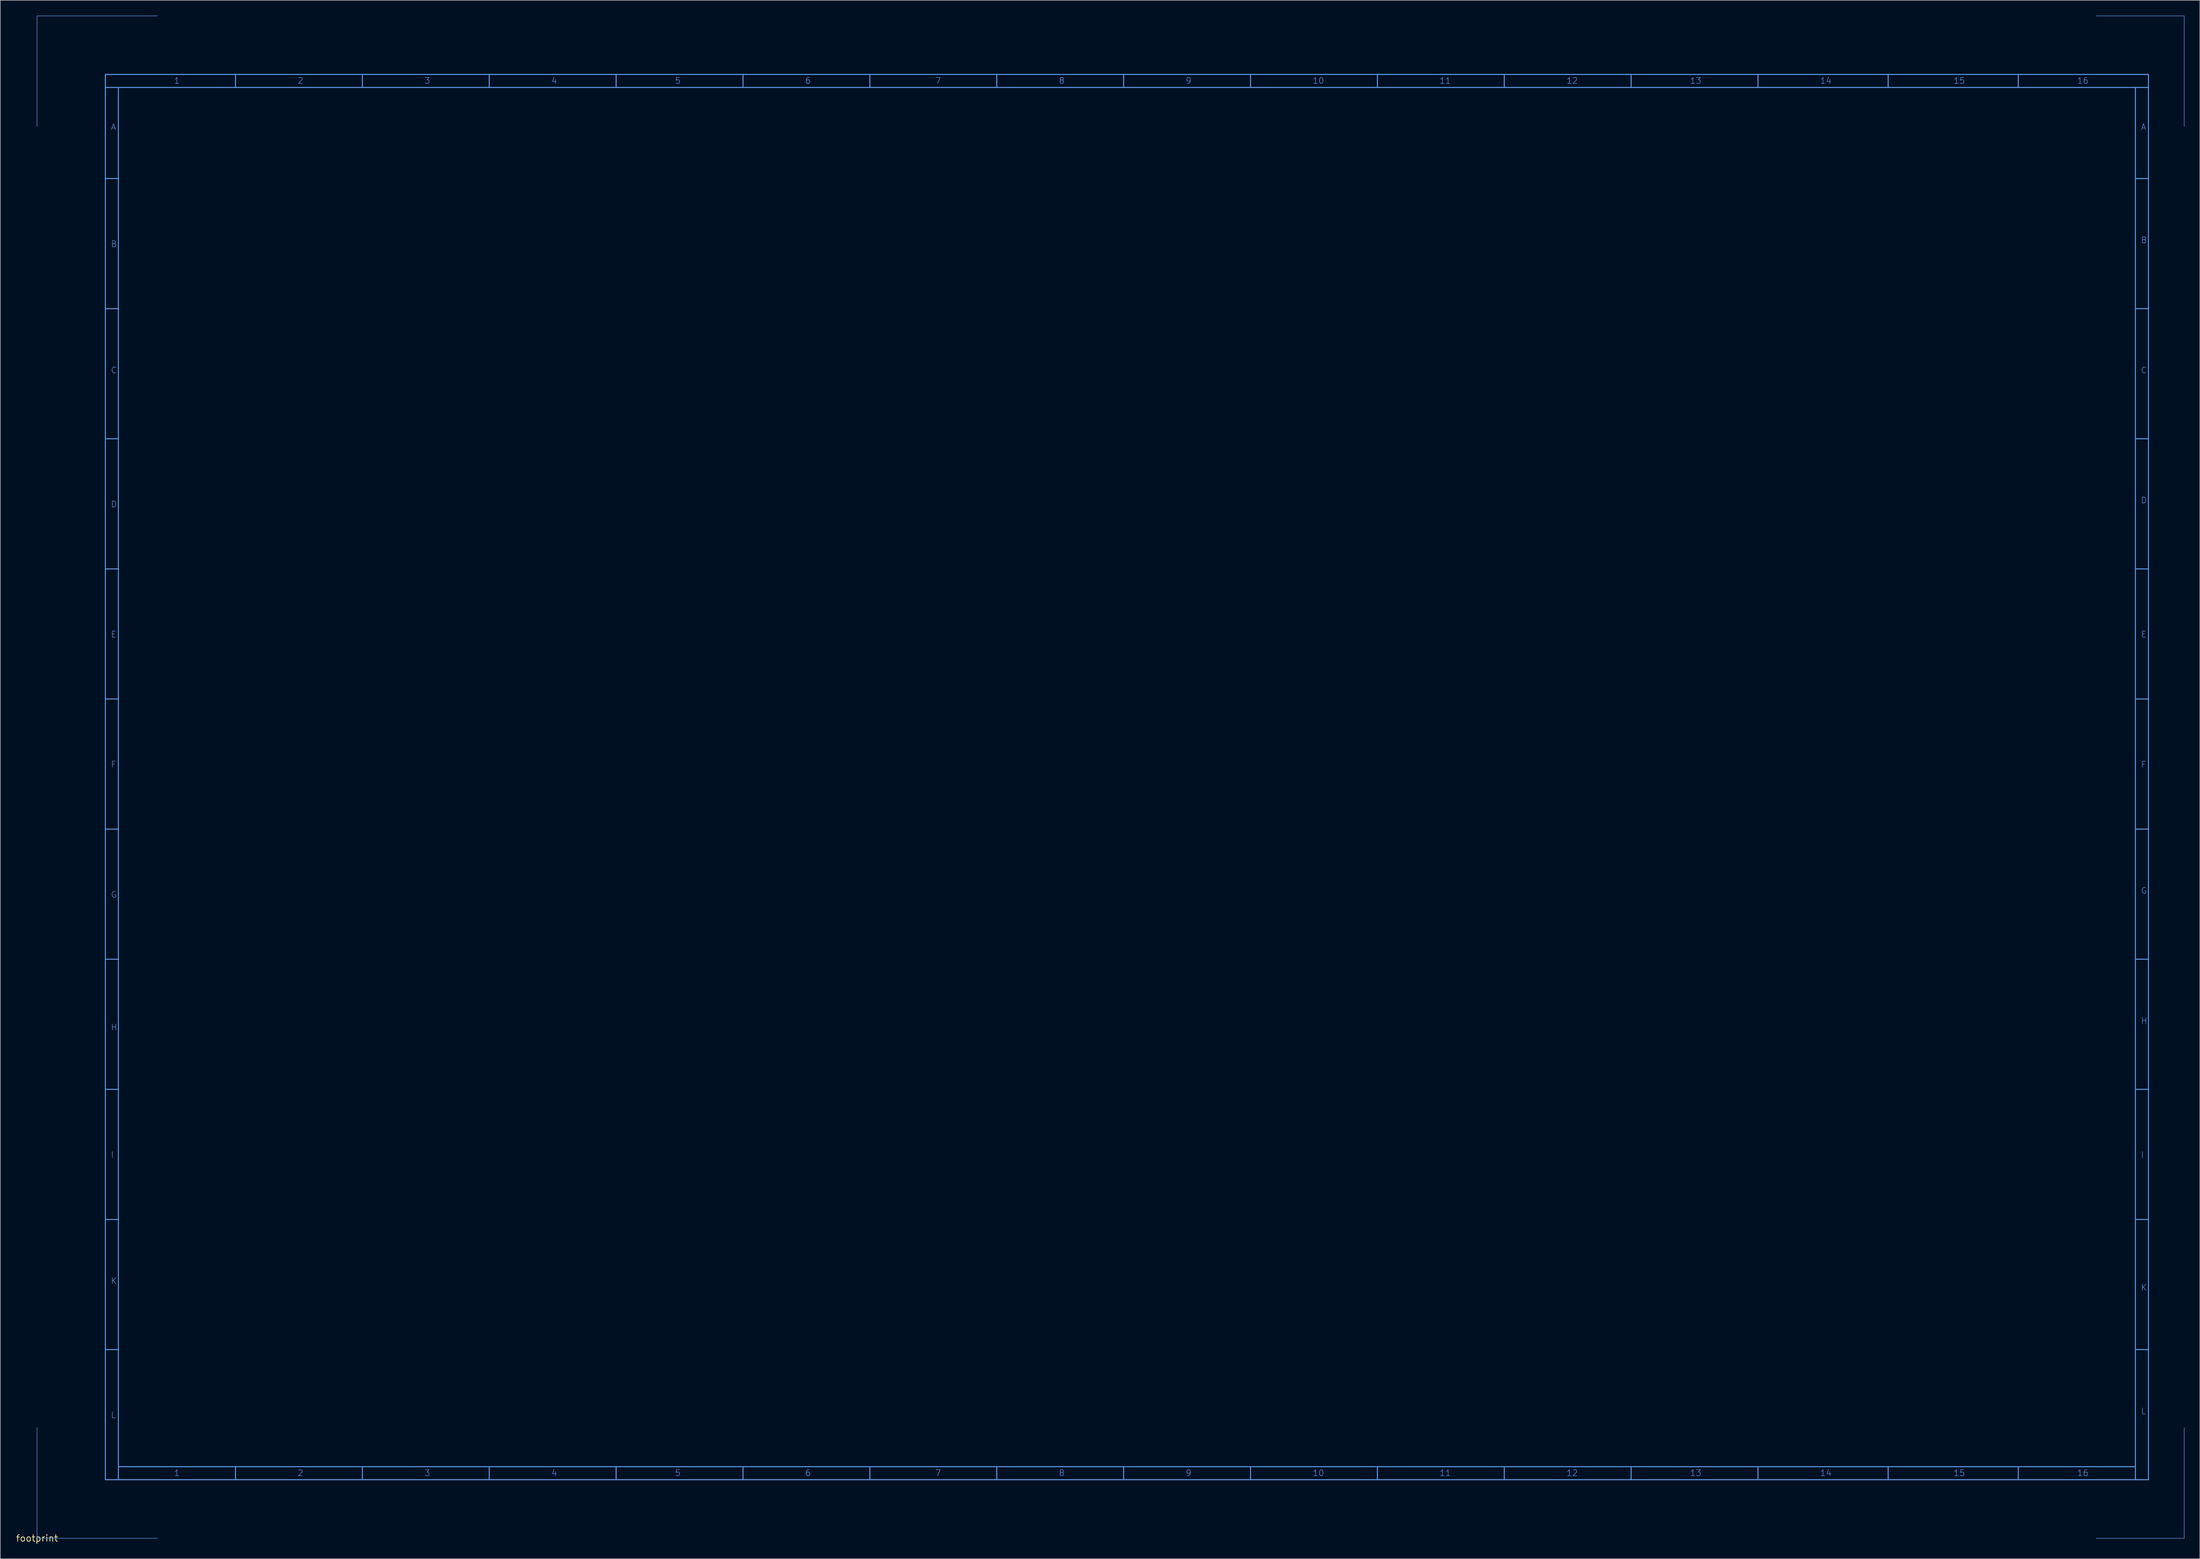
<source format=kicad_pcb>
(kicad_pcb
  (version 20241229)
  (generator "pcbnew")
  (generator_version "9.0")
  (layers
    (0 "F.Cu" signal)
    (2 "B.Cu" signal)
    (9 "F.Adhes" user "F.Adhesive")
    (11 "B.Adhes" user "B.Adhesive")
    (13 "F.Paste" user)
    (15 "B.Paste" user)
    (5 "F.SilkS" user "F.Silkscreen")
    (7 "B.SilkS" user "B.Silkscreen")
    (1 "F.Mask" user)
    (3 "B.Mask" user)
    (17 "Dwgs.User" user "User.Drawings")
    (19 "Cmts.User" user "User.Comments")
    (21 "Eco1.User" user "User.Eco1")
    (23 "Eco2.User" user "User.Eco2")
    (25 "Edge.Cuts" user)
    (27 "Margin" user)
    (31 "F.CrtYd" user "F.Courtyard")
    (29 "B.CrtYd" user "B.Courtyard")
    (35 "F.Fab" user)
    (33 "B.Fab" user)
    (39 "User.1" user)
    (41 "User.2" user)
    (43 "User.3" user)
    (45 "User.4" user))
  (footprint "footprint"
    (layer "F.Cu")
    (at 4.18 297.23)
    (property "Reference" "footprint" (at 0 0 0) (layer "F.SilkS") (effects (font (size 1.27 1.27) (thickness 0.15))))
    (fp_line (start 0 -297.18) (end 0 -275.59) (stroke (width 0.1) (type solid)) (layer "Cmts.User"))
    (fp_line (start 0 -297.18) (end 23.495 -297.18) (stroke (width 0.1) (type solid)) (layer "Cmts.User"))
    (fp_line (start 0 0) (end 0 -21.59) (stroke (width 0.1) (type solid)) (layer "Cmts.User"))
    (fp_line (start 0 0) (end 23.495 0) (stroke (width 0.1) (type solid)) (layer "Cmts.User"))
    (fp_line (start 13.335 -285.75) (end 13.335 -283.21) (stroke (width 0.203) (type solid)) (layer "Cmts.User"))
    (fp_line (start 13.335 -283.21) (end 13.335 -11.43) (stroke (width 0.203) (type solid)) (layer "Cmts.User"))
    (fp_line (start 13.335 -265.43) (end 15.875 -265.43) (stroke (width 0.203) (type solid)) (layer "Cmts.User"))
    (fp_line (start 13.335 -240.03) (end 15.875 -240.03) (stroke (width 0.203) (type solid)) (layer "Cmts.User"))
    (fp_line (start 13.335 -214.63) (end 15.875 -214.63) (stroke (width 0.203) (type solid)) (layer "Cmts.User"))
    (fp_line (start 13.335 -189.23) (end 15.875 -189.23) (stroke (width 0.203) (type solid)) (layer "Cmts.User"))
    (fp_line (start 13.335 -163.83) (end 15.875 -163.83) (stroke (width 0.203) (type solid)) (layer "Cmts.User"))
    (fp_line (start 13.335 -138.43) (end 15.875 -138.43) (stroke (width 0.203) (type solid)) (layer "Cmts.User"))
    (fp_line (start 13.335 -113.03) (end 15.875 -113.03) (stroke (width 0.203) (type solid)) (layer "Cmts.User"))
    (fp_line (start 13.335 -87.63) (end 15.875 -87.63) (stroke (width 0.203) (type solid)) (layer "Cmts.User"))
    (fp_line (start 13.335 -62.23) (end 15.875 -62.23) (stroke (width 0.203) (type solid)) (layer "Cmts.User"))
    (fp_line (start 13.335 -36.83) (end 15.875 -36.83) (stroke (width 0.203) (type solid)) (layer "Cmts.User"))
    (fp_line (start 13.335 -11.43) (end 15.875 -11.43) (stroke (width 0.203) (type solid)) (layer "Cmts.User"))
    (fp_line (start 15.875 -283.21) (end 13.335 -283.21) (stroke (width 0.203) (type solid)) (layer "Cmts.User"))
    (fp_line (start 15.875 -283.21) (end 15.875 -13.97) (stroke (width 0.203) (type solid)) (layer "Cmts.User"))
    (fp_line (start 15.875 -13.97) (end 409.575 -13.97) (stroke (width 0.203) (type solid)) (layer "Cmts.User"))
    (fp_line (start 15.875 -11.43) (end 15.875 -13.97) (stroke (width 0.203) (type solid)) (layer "Cmts.User"))
    (fp_line (start 15.875 -11.43) (end 412.115 -11.43) (stroke (width 0.203) (type solid)) (layer "Cmts.User"))
    (fp_line (start 38.735 -283.21) (end 38.735 -285.75) (stroke (width 0.203) (type solid)) (layer "Cmts.User"))
    (fp_line (start 38.735 -11.43) (end 38.735 -13.97) (stroke (width 0.203) (type solid)) (layer "Cmts.User"))
    (fp_line (start 63.5 -283.21) (end 63.5 -285.75) (stroke (width 0.203) (type solid)) (layer "Cmts.User"))
    (fp_line (start 63.5 -11.43) (end 63.5 -13.97) (stroke (width 0.203) (type solid)) (layer "Cmts.User"))
    (fp_line (start 88.265 -283.21) (end 88.265 -285.75) (stroke (width 0.203) (type solid)) (layer "Cmts.User"))
    (fp_line (start 88.265 -11.43) (end 88.265 -13.97) (stroke (width 0.203) (type solid)) (layer "Cmts.User"))
    (fp_line (start 113.03 -283.21) (end 113.03 -285.75) (stroke (width 0.203) (type solid)) (layer "Cmts.User"))
    (fp_line (start 113.03 -11.43) (end 113.03 -13.97) (stroke (width 0.203) (type solid)) (layer "Cmts.User"))
    (fp_line (start 137.795 -283.21) (end 137.795 -285.75) (stroke (width 0.203) (type solid)) (layer "Cmts.User"))
    (fp_line (start 137.795 -11.43) (end 137.795 -13.97) (stroke (width 0.203) (type solid)) (layer "Cmts.User"))
    (fp_line (start 162.56 -283.21) (end 162.56 -285.75) (stroke (width 0.203) (type solid)) (layer "Cmts.User"))
    (fp_line (start 162.56 -11.43) (end 162.56 -13.97) (stroke (width 0.203) (type solid)) (layer "Cmts.User"))
    (fp_line (start 187.325 -283.21) (end 187.325 -285.75) (stroke (width 0.203) (type solid)) (layer "Cmts.User"))
    (fp_line (start 187.325 -11.43) (end 187.325 -13.97) (stroke (width 0.203) (type solid)) (layer "Cmts.User"))
    (fp_line (start 212.09 -283.21) (end 212.09 -285.75) (stroke (width 0.203) (type solid)) (layer "Cmts.User"))
    (fp_line (start 212.09 -11.43) (end 212.09 -13.97) (stroke (width 0.203) (type solid)) (layer "Cmts.User"))
    (fp_line (start 236.855 -283.21) (end 236.855 -285.75) (stroke (width 0.203) (type solid)) (layer "Cmts.User"))
    (fp_line (start 236.855 -11.43) (end 236.855 -13.97) (stroke (width 0.203) (type solid)) (layer "Cmts.User"))
    (fp_line (start 261.62 -283.21) (end 261.62 -285.75) (stroke (width 0.203) (type solid)) (layer "Cmts.User"))
    (fp_line (start 261.62 -11.43) (end 261.62 -13.97) (stroke (width 0.203) (type solid)) (layer "Cmts.User"))
    (fp_line (start 286.385 -283.21) (end 286.385 -285.75) (stroke (width 0.203) (type solid)) (layer "Cmts.User"))
    (fp_line (start 286.385 -11.43) (end 286.385 -13.97) (stroke (width 0.203) (type solid)) (layer "Cmts.User"))
    (fp_line (start 311.15 -283.21) (end 311.15 -285.75) (stroke (width 0.203) (type solid)) (layer "Cmts.User"))
    (fp_line (start 311.15 -11.43) (end 311.15 -13.97) (stroke (width 0.203) (type solid)) (layer "Cmts.User"))
    (fp_line (start 335.915 -283.21) (end 335.915 -285.75) (stroke (width 0.203) (type solid)) (layer "Cmts.User"))
    (fp_line (start 335.915 -11.43) (end 335.915 -13.97) (stroke (width 0.203) (type solid)) (layer "Cmts.User"))
    (fp_line (start 361.315 -283.21) (end 361.315 -285.75) (stroke (width 0.203) (type solid)) (layer "Cmts.User"))
    (fp_line (start 361.315 -11.43) (end 361.315 -13.97) (stroke (width 0.203) (type solid)) (layer "Cmts.User"))
    (fp_line (start 386.715 -283.21) (end 386.715 -285.75) (stroke (width 0.203) (type solid)) (layer "Cmts.User"))
    (fp_line (start 386.715 -11.43) (end 386.715 -13.97) (stroke (width 0.203) (type solid)) (layer "Cmts.User"))
    (fp_line (start 409.575 -283.21) (end 15.875 -283.21) (stroke (width 0.203) (type solid)) (layer "Cmts.User"))
    (fp_line (start 409.575 -283.21) (end 412.115 -283.21) (stroke (width 0.203) (type solid)) (layer "Cmts.User"))
    (fp_line (start 409.575 -265.43) (end 412.115 -265.43) (stroke (width 0.203) (type solid)) (layer "Cmts.User"))
    (fp_line (start 409.575 -240.03) (end 412.115 -240.03) (stroke (width 0.203) (type solid)) (layer "Cmts.User"))
    (fp_line (start 409.575 -214.63) (end 412.115 -214.63) (stroke (width 0.203) (type solid)) (layer "Cmts.User"))
    (fp_line (start 409.575 -189.23) (end 412.115 -189.23) (stroke (width 0.203) (type solid)) (layer "Cmts.User"))
    (fp_line (start 409.575 -163.83) (end 412.115 -163.83) (stroke (width 0.203) (type solid)) (layer "Cmts.User"))
    (fp_line (start 409.575 -138.43) (end 412.115 -138.43) (stroke (width 0.203) (type solid)) (layer "Cmts.User"))
    (fp_line (start 409.575 -113.03) (end 412.115 -113.03) (stroke (width 0.203) (type solid)) (layer "Cmts.User"))
    (fp_line (start 409.575 -87.63) (end 412.115 -87.63) (stroke (width 0.203) (type solid)) (layer "Cmts.User"))
    (fp_line (start 409.575 -62.23) (end 412.115 -62.23) (stroke (width 0.203) (type solid)) (layer "Cmts.User"))
    (fp_line (start 409.575 -36.83) (end 412.115 -36.83) (stroke (width 0.203) (type solid)) (layer "Cmts.User"))
    (fp_line (start 409.575 -13.97) (end 409.575 -283.21) (stroke (width 0.203) (type solid)) (layer "Cmts.User"))
    (fp_line (start 409.575 -11.43) (end 409.575 -13.97) (stroke (width 0.203) (type solid)) (layer "Cmts.User"))
    (fp_line (start 412.115 -285.75) (end 13.335 -285.75) (stroke (width 0.203) (type solid)) (layer "Cmts.User"))
    (fp_line (start 412.115 -283.21) (end 412.115 -285.75) (stroke (width 0.203) (type solid)) (layer "Cmts.User"))
    (fp_line (start 412.115 -11.43) (end 409.575 -11.43) (stroke (width 0.203) (type solid)) (layer "Cmts.User"))
    (fp_line (start 412.115 -11.43) (end 412.115 -283.21) (stroke (width 0.203) (type solid)) (layer "Cmts.User"))
    (fp_line (start 419.1 -297.18) (end 401.955 -297.18) (stroke (width 0.1) (type solid)) (layer "Cmts.User"))
    (fp_line (start 419.1 -297.18) (end 419.1 -275.59) (stroke (width 0.1) (type solid)) (layer "Cmts.User"))
    (fp_line (start 419.1 0) (end 401.955 0) (stroke (width 0.1) (type solid)) (layer "Cmts.User"))
    (fp_line (start 419.1 0) (end 419.1 -21.59) (stroke (width 0.1) (type solid)) (layer "Cmts.User"))
    (fp_text user "H" (at 410.591 -100.33 0) (layer "Cmts.User") (effects (font (size 1.168 1.168) (thickness 0.102)) (justify left bottom)))
    (fp_text user "15" (at 374.015 -12.065 0) (layer "Cmts.User") (effects (font (size 1.168 1.168) (thickness 0.102)) (justify left bottom)))
    (fp_text user "9" (at 224.155 -12.065 0) (layer "Cmts.User") (effects (font (size 1.168 1.168) (thickness 0.102)) (justify left bottom)))
    (fp_text user "1" (at 26.67 -283.845 0) (layer "Cmts.User") (effects (font (size 1.168 1.168) (thickness 0.102)) (justify left bottom)))
    (fp_text user "11" (at 273.685 -12.065 0) (layer "Cmts.User") (effects (font (size 1.168 1.168) (thickness 0.102)) (justify left bottom)))
    (fp_text user "6" (at 149.86 -12.065 0) (layer "Cmts.User") (effects (font (size 1.168 1.168) (thickness 0.102)) (justify left bottom)))
    (fp_text user "F" (at 410.591 -150.368 0) (layer "Cmts.User") (effects (font (size 1.168 1.168) (thickness 0.102)) (justify left bottom)))
    (fp_text user "B" (at 14.351 -251.968 0) (layer "Cmts.User") (effects (font (size 1.168 1.168) (thickness 0.102)) (justify left bottom)))
    (fp_text user "7" (at 175.26 -283.845 0) (layer "Cmts.User") (effects (font (size 1.168 1.168) (thickness 0.102)) (justify left bottom)))
    (fp_text user "16" (at 398.145 -283.845 0) (layer "Cmts.User") (effects (font (size 1.168 1.168) (thickness 0.102)) (justify left bottom)))
    (fp_text user "D" (at 410.591 -201.93 0) (layer "Cmts.User") (effects (font (size 1.168 1.168) (thickness 0.102)) (justify left bottom)))
    (fp_text user "1" (at 26.67 -12.065 0) (layer "Cmts.User") (effects (font (size 1.168 1.168) (thickness 0.102)) (justify left bottom)))
    (fp_text user "I" (at 14.351 -74.168 0) (layer "Cmts.User") (effects (font (size 1.168 1.168) (thickness 0.102)) (justify left bottom)))
    (fp_text user "10" (at 248.92 -12.065 0) (layer "Cmts.User") (effects (font (size 1.168 1.168) (thickness 0.102)) (justify left bottom)))
    (fp_text user "E" (at 14.351 -175.768 0) (layer "Cmts.User") (effects (font (size 1.168 1.168) (thickness 0.102)) (justify left bottom)))
    (fp_text user "I" (at 410.591 -74.168 0) (layer "Cmts.User") (effects (font (size 1.168 1.168) (thickness 0.102)) (justify left bottom)))
    (fp_text user "K" (at 410.591 -48.26 0) (layer "Cmts.User") (effects (font (size 1.168 1.168) (thickness 0.102)) (justify left bottom)))
    (fp_text user "C" (at 410.591 -227.33 0) (layer "Cmts.User") (effects (font (size 1.168 1.168) (thickness 0.102)) (justify left bottom)))
    (fp_text user "5" (at 124.46 -12.065 0) (layer "Cmts.User") (effects (font (size 1.168 1.168) (thickness 0.102)) (justify left bottom)))
    (fp_text user "B" (at 410.591 -252.73 0) (layer "Cmts.User") (effects (font (size 1.168 1.168) (thickness 0.102)) (justify left bottom)))
    (fp_text user "6" (at 149.86 -283.845 0) (layer "Cmts.User") (effects (font (size 1.168 1.168) (thickness 0.102)) (justify left bottom)))
    (fp_text user "12" (at 298.45 -283.845 0) (layer "Cmts.User") (effects (font (size 1.168 1.168) (thickness 0.102)) (justify left bottom)))
    (fp_text user "4" (at 100.33 -283.845 0) (layer "Cmts.User") (effects (font (size 1.168 1.168) (thickness 0.102)) (justify left bottom)))
    (fp_text user "10" (at 248.92 -283.845 0) (layer "Cmts.User") (effects (font (size 1.168 1.168) (thickness 0.102)) (justify left bottom)))
    (fp_text user "15" (at 374.015 -283.845 0) (layer "Cmts.User") (effects (font (size 1.168 1.168) (thickness 0.102)) (justify left bottom)))
    (fp_text user "L" (at 410.591 -24.13 0) (layer "Cmts.User") (effects (font (size 1.168 1.168) (thickness 0.102)) (justify left bottom)))
    (fp_text user "H" (at 14.351 -99.06 0) (layer "Cmts.User") (effects (font (size 1.168 1.168) (thickness 0.102)) (justify left bottom)))
    (fp_text user "13" (at 322.58 -283.845 0) (layer "Cmts.User") (effects (font (size 1.168 1.168) (thickness 0.102)) (justify left bottom)))
    (fp_text user "9" (at 224.155 -283.845 0) (layer "Cmts.User") (effects (font (size 1.168 1.168) (thickness 0.102)) (justify left bottom)))
    (fp_text user "E" (at 410.591 -175.768 0) (layer "Cmts.User") (effects (font (size 1.168 1.168) (thickness 0.102)) (justify left bottom)))
    (fp_text user "14" (at 347.98 -283.845 0) (layer "Cmts.User") (effects (font (size 1.168 1.168) (thickness 0.102)) (justify left bottom)))
    (fp_text user "13" (at 322.58 -12.065 0) (layer "Cmts.User") (effects (font (size 1.168 1.168) (thickness 0.102)) (justify left bottom)))
    (fp_text user "A" (at 14.351 -274.828 0) (layer "Cmts.User") (effects (font (size 1.168 1.168) (thickness 0.102)) (justify left bottom)))
    (fp_text user "3" (at 75.565 -12.065 0) (layer "Cmts.User") (effects (font (size 1.168 1.168) (thickness 0.102)) (justify left bottom)))
    (fp_text user "16" (at 398.145 -12.065 0) (layer "Cmts.User") (effects (font (size 1.168 1.168) (thickness 0.102)) (justify left bottom)))
    (fp_text user "G" (at 14.351 -124.968 0) (layer "Cmts.User") (effects (font (size 1.168 1.168) (thickness 0.102)) (justify left bottom)))
    (fp_text user "5" (at 124.46 -283.845 0) (layer "Cmts.User") (effects (font (size 1.168 1.168) (thickness 0.102)) (justify left bottom)))
    (fp_text user "7" (at 175.26 -12.065 0) (layer "Cmts.User") (effects (font (size 1.168 1.168) (thickness 0.102)) (justify left bottom)))
    (fp_text user "D" (at 14.351 -201.168 0) (layer "Cmts.User") (effects (font (size 1.168 1.168) (thickness 0.102)) (justify left bottom)))
    (fp_text user "3" (at 75.565 -283.845 0) (layer "Cmts.User") (effects (font (size 1.168 1.168) (thickness 0.102)) (justify left bottom)))
    (fp_text user "K" (at 14.351 -49.53 0) (layer "Cmts.User") (effects (font (size 1.168 1.168) (thickness 0.102)) (justify left bottom)))
    (fp_text user "2" (at 50.8 -12.065 0) (layer "Cmts.User") (effects (font (size 1.168 1.168) (thickness 0.102)) (justify left bottom)))
    (fp_text user "C" (at 14.351 -227.33 0) (layer "Cmts.User") (effects (font (size 1.168 1.168) (thickness 0.102)) (justify left bottom)))
    (fp_text user "12" (at 298.45 -12.065 0) (layer "Cmts.User") (effects (font (size 1.168 1.168) (thickness 0.102)) (justify left bottom)))
    (fp_text user "L" (at 14.351 -23.368 0) (layer "Cmts.User") (effects (font (size 1.168 1.168) (thickness 0.102)) (justify left bottom)))
    (fp_text user "14" (at 347.98 -12.065 0) (layer "Cmts.User") (effects (font (size 1.168 1.168) (thickness 0.102)) (justify left bottom)))
    (fp_text user "4" (at 100.33 -12.065 0) (layer "Cmts.User") (effects (font (size 1.168 1.168) (thickness 0.102)) (justify left bottom)))
    (fp_text user "11" (at 273.685 -283.845 0) (layer "Cmts.User") (effects (font (size 1.168 1.168) (thickness 0.102)) (justify left bottom)))
    (fp_text user "F" (at 14.351 -150.368 0) (layer "Cmts.User") (effects (font (size 1.168 1.168) (thickness 0.102)) (justify left bottom)))
    (fp_text user "8" (at 199.39 -12.065 0) (layer "Cmts.User") (effects (font (size 1.168 1.168) (thickness 0.102)) (justify left bottom)))
    (fp_text user "A" (at 410.591 -274.828 0) (layer "Cmts.User") (effects (font (size 1.168 1.168) (thickness 0.102)) (justify left bottom)))
    (fp_text user "2" (at 50.8 -283.845 0) (layer "Cmts.User") (effects (font (size 1.168 1.168) (thickness 0.102)) (justify left bottom)))
    (fp_text user "G" (at 410.591 -125.73 0) (layer "Cmts.User") (effects (font (size 1.168 1.168) (thickness 0.102)) (justify left bottom)))
    (fp_text user "8" (at 199.39 -283.845 0) (layer "Cmts.User") (effects (font (size 1.168 1.168) (thickness 0.102)) (justify left bottom))))
  (gr_rect
    (start -3 -3)
    (end 426.33 301.236)
    (stroke (width 0.1) (type default))
    (fill no)
    (layer "Edge.Cuts")))
</source>
